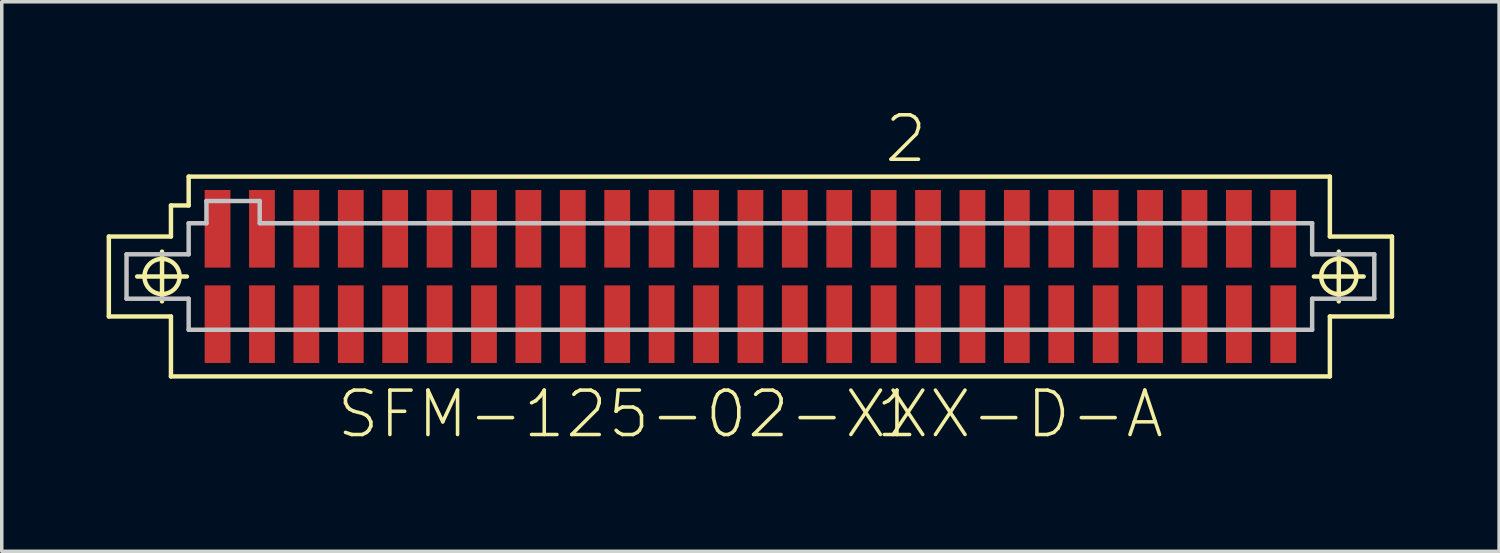
<source format=kicad_pcb>
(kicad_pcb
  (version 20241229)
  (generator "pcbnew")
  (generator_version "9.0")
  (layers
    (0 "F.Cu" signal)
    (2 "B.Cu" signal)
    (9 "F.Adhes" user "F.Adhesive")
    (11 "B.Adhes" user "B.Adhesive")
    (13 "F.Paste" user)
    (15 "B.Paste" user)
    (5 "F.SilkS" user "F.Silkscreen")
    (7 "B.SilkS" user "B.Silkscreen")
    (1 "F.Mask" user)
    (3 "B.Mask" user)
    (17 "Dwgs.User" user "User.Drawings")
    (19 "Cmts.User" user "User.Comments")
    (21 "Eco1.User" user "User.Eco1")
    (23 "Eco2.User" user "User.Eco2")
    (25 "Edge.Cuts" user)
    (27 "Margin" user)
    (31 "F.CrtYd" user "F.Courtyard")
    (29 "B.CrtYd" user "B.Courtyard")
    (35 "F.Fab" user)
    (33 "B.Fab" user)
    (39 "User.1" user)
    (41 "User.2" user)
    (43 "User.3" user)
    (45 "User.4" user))
  (footprint "SFM-125-02-XXX-D-A"
    (layer "F.Cu")
    (at 18.412 4.858)
    (property "Reference" "SFM-125-02-XXX-D-A" (at 0 3.937 0) (layer "F.SilkS") (effects (font (size 1.27 1.27) (thickness 0.102))))
    (attr smd)
    (fp_line (start -18.349 -1.143) (end -16.573 -1.143) (stroke (width 0.127) (type solid)) (layer "F.SilkS"))
    (fp_line (start -18.349 1.143) (end -18.349 -1.143) (stroke (width 0.127) (type solid)) (layer "F.SilkS"))
    (fp_line (start -17.539 0) (end -16.116 0) (stroke (width 0.127) (type solid)) (layer "F.SilkS"))
    (fp_line (start -16.828 0.711) (end -16.828 -0.711) (stroke (width 0.127) (type solid)) (layer "F.SilkS"))
    (fp_line (start -16.573 -2.032) (end -16.066 -2.032) (stroke (width 0.127) (type solid)) (layer "F.SilkS"))
    (fp_line (start -16.573 -1.143) (end -16.573 -2.032) (stroke (width 0.127) (type solid)) (layer "F.SilkS"))
    (fp_line (start -16.573 1.143) (end -18.349 1.143) (stroke (width 0.127) (type solid)) (layer "F.SilkS"))
    (fp_line (start -16.573 2.857) (end -16.573 1.143) (stroke (width 0.127) (type solid)) (layer "F.SilkS"))
    (fp_line (start -16.066 -2.857) (end 16.573 -2.857) (stroke (width 0.127) (type solid)) (layer "F.SilkS"))
    (fp_line (start -16.066 -2.032) (end -16.066 -2.857) (stroke (width 0.127) (type solid)) (layer "F.SilkS"))
    (fp_line (start 16.116 0) (end 17.539 0) (stroke (width 0.127) (type solid)) (layer "F.SilkS"))
    (fp_line (start 16.573 -2.857) (end 16.573 -1.143) (stroke (width 0.127) (type solid)) (layer "F.SilkS"))
    (fp_line (start 16.573 -1.143) (end 18.349 -1.143) (stroke (width 0.127) (type solid)) (layer "F.SilkS"))
    (fp_line (start 16.573 1.143) (end 16.573 2.857) (stroke (width 0.127) (type solid)) (layer "F.SilkS"))
    (fp_line (start 16.573 2.857) (end -16.573 2.857) (stroke (width 0.127) (type solid)) (layer "F.SilkS"))
    (fp_line (start 16.828 0.711) (end 16.828 -0.711) (stroke (width 0.127) (type solid)) (layer "F.SilkS"))
    (fp_line (start 18.349 -1.143) (end 18.349 1.143) (stroke (width 0.127) (type solid)) (layer "F.SilkS"))
    (fp_line (start 18.349 1.143) (end 16.573 1.143) (stroke (width 0.127) (type solid)) (layer "F.SilkS"))
    (fp_circle (center -16.828 0) (end -17.183 0.356) (stroke (width 0.127) (type solid)) (fill no) (layer "F.SilkS"))
    (fp_circle (center 16.828 0) (end 17.183 0.356) (stroke (width 0.127) (type solid)) (fill no) (layer "F.SilkS"))
    (fp_line (start -17.843 -0.635) (end -16.066 -0.635) (stroke (width 0.127) (type solid)) (layer "Dwgs.User"))
    (fp_line (start -17.843 0.635) (end -17.843 -0.635) (stroke (width 0.127) (type solid)) (layer "Dwgs.User"))
    (fp_line (start -16.066 -1.524) (end -15.557 -1.524) (stroke (width 0.127) (type solid)) (layer "Dwgs.User"))
    (fp_line (start -16.066 -0.635) (end -16.066 -1.524) (stroke (width 0.127) (type solid)) (layer "Dwgs.User"))
    (fp_line (start -16.066 0.635) (end -17.843 0.635) (stroke (width 0.127) (type solid)) (layer "Dwgs.User"))
    (fp_line (start -16.066 1.524) (end -16.066 0.635) (stroke (width 0.127) (type solid)) (layer "Dwgs.User"))
    (fp_line (start -15.557 -2.159) (end -14.034 -2.159) (stroke (width 0.127) (type solid)) (layer "Dwgs.User"))
    (fp_line (start -15.557 -1.524) (end -15.557 -2.159) (stroke (width 0.127) (type solid)) (layer "Dwgs.User"))
    (fp_line (start -14.034 -2.159) (end -14.034 -1.524) (stroke (width 0.127) (type solid)) (layer "Dwgs.User"))
    (fp_line (start -14.034 -1.524) (end 16.066 -1.524) (stroke (width 0.127) (type solid)) (layer "Dwgs.User"))
    (fp_line (start 16.066 -1.524) (end 16.066 -0.635) (stroke (width 0.127) (type solid)) (layer "Dwgs.User"))
    (fp_line (start 16.066 -0.635) (end 17.843 -0.635) (stroke (width 0.127) (type solid)) (layer "Dwgs.User"))
    (fp_line (start 16.066 0.635) (end 16.066 1.524) (stroke (width 0.127) (type solid)) (layer "Dwgs.User"))
    (fp_line (start 16.066 1.524) (end -16.066 1.524) (stroke (width 0.127) (type solid)) (layer "Dwgs.User"))
    (fp_line (start 17.843 -0.635) (end 17.843 0.635) (stroke (width 0.127) (type solid)) (layer "Dwgs.User"))
    (fp_line (start 17.843 0.635) (end 16.066 0.635) (stroke (width 0.127) (type solid)) (layer "Dwgs.User"))
    (fp_text user "2" (at 4.445 -3.937 0) (layer "F.SilkS") (effects (font (size 1.27 1.27) (thickness 0.102))))
    (fp_text user "1" (at 4.191 3.937 0) (layer "F.SilkS") (effects (font (size 1.27 1.27) (thickness 0.102))))
    (pad "1" smd rect (at 15.24 1.364) (size 0.737 2.22) (layers "F.Cu" "F.Mask" "F.Paste"))
    (pad "2" smd rect (at 15.24 -1.364) (size 0.737 2.22) (layers "F.Cu" "F.Mask" "F.Paste"))
    (pad "3" smd rect (at 13.97 1.364) (size 0.737 2.22) (layers "F.Cu" "F.Mask" "F.Paste"))
    (pad "4" smd rect (at 13.97 -1.364) (size 0.737 2.22) (layers "F.Cu" "F.Mask" "F.Paste"))
    (pad "5" smd rect (at 12.7 1.364) (size 0.737 2.22) (layers "F.Cu" "F.Mask" "F.Paste"))
    (pad "6" smd rect (at 12.7 -1.364) (size 0.737 2.22) (layers "F.Cu" "F.Mask" "F.Paste"))
    (pad "7" smd rect (at 11.43 1.364) (size 0.737 2.22) (layers "F.Cu" "F.Mask" "F.Paste"))
    (pad "8" smd rect (at 11.43 -1.364) (size 0.737 2.22) (layers "F.Cu" "F.Mask" "F.Paste"))
    (pad "9" smd rect (at 10.16 1.364) (size 0.737 2.22) (layers "F.Cu" "F.Mask" "F.Paste"))
    (pad "10" smd rect (at 10.16 -1.364) (size 0.737 2.22) (layers "F.Cu" "F.Mask" "F.Paste"))
    (pad "11" smd rect (at 8.89 1.364) (size 0.737 2.22) (layers "F.Cu" "F.Mask" "F.Paste"))
    (pad "12" smd rect (at 8.89 -1.364) (size 0.737 2.22) (layers "F.Cu" "F.Mask" "F.Paste"))
    (pad "13" smd rect (at 7.62 1.364) (size 0.737 2.22) (layers "F.Cu" "F.Mask" "F.Paste"))
    (pad "14" smd rect (at 7.62 -1.364) (size 0.737 2.22) (layers "F.Cu" "F.Mask" "F.Paste"))
    (pad "15" smd rect (at 6.35 1.364) (size 0.737 2.22) (layers "F.Cu" "F.Mask" "F.Paste"))
    (pad "16" smd rect (at 6.35 -1.364) (size 0.737 2.22) (layers "F.Cu" "F.Mask" "F.Paste"))
    (pad "17" smd rect (at 5.08 1.364) (size 0.737 2.22) (layers "F.Cu" "F.Mask" "F.Paste"))
    (pad "18" smd rect (at 5.08 -1.364) (size 0.737 2.22) (layers "F.Cu" "F.Mask" "F.Paste"))
    (pad "19" smd rect (at 3.81 1.364) (size 0.737 2.22) (layers "F.Cu" "F.Mask" "F.Paste"))
    (pad "20" smd rect (at 3.81 -1.364) (size 0.737 2.22) (layers "F.Cu" "F.Mask" "F.Paste"))
    (pad "21" smd rect (at 2.54 1.364) (size 0.737 2.22) (layers "F.Cu" "F.Mask" "F.Paste"))
    (pad "22" smd rect (at 2.54 -1.364) (size 0.737 2.22) (layers "F.Cu" "F.Mask" "F.Paste"))
    (pad "23" smd rect (at 1.27 1.364) (size 0.737 2.22) (layers "F.Cu" "F.Mask" "F.Paste"))
    (pad "24" smd rect (at 1.27 -1.364) (size 0.737 2.22) (layers "F.Cu" "F.Mask" "F.Paste"))
    (pad "25" smd rect (at 0 1.364) (size 0.737 2.22) (layers "F.Cu" "F.Mask" "F.Paste"))
    (pad "26" smd rect (at 0 -1.364) (size 0.737 2.22) (layers "F.Cu" "F.Mask" "F.Paste"))
    (pad "27" smd rect (at -1.27 1.364) (size 0.737 2.22) (layers "F.Cu" "F.Mask" "F.Paste"))
    (pad "28" smd rect (at -1.27 -1.364) (size 0.737 2.22) (layers "F.Cu" "F.Mask" "F.Paste"))
    (pad "29" smd rect (at -2.54 1.364) (size 0.737 2.22) (layers "F.Cu" "F.Mask" "F.Paste"))
    (pad "30" smd rect (at -2.54 -1.364) (size 0.737 2.22) (layers "F.Cu" "F.Mask" "F.Paste"))
    (pad "31" smd rect (at -3.81 1.364) (size 0.737 2.22) (layers "F.Cu" "F.Mask" "F.Paste"))
    (pad "32" smd rect (at -3.81 -1.364) (size 0.737 2.22) (layers "F.Cu" "F.Mask" "F.Paste"))
    (pad "33" smd rect (at -5.08 1.364) (size 0.737 2.22) (layers "F.Cu" "F.Mask" "F.Paste"))
    (pad "34" smd rect (at -5.08 -1.364) (size 0.737 2.22) (layers "F.Cu" "F.Mask" "F.Paste"))
    (pad "35" smd rect (at -6.35 1.364) (size 0.737 2.22) (layers "F.Cu" "F.Mask" "F.Paste"))
    (pad "36" smd rect (at -6.35 -1.364) (size 0.737 2.22) (layers "F.Cu" "F.Mask" "F.Paste"))
    (pad "37" smd rect (at -7.62 1.364) (size 0.737 2.22) (layers "F.Cu" "F.Mask" "F.Paste"))
    (pad "38" smd rect (at -7.62 -1.364) (size 0.737 2.22) (layers "F.Cu" "F.Mask" "F.Paste"))
    (pad "39" smd rect (at -8.89 1.364) (size 0.737 2.22) (layers "F.Cu" "F.Mask" "F.Paste"))
    (pad "40" smd rect (at -8.89 -1.364) (size 0.737 2.22) (layers "F.Cu" "F.Mask" "F.Paste"))
    (pad "41" smd rect (at -10.16 1.364) (size 0.737 2.22) (layers "F.Cu" "F.Mask" "F.Paste"))
    (pad "42" smd rect (at -10.16 -1.364) (size 0.737 2.22) (layers "F.Cu" "F.Mask" "F.Paste"))
    (pad "43" smd rect (at -11.43 1.364) (size 0.737 2.22) (layers "F.Cu" "F.Mask" "F.Paste"))
    (pad "44" smd rect (at -11.43 -1.364) (size 0.737 2.22) (layers "F.Cu" "F.Mask" "F.Paste"))
    (pad "45" smd rect (at -12.7 1.364) (size 0.737 2.22) (layers "F.Cu" "F.Mask" "F.Paste"))
    (pad "46" smd rect (at -12.7 -1.364) (size 0.737 2.22) (layers "F.Cu" "F.Mask" "F.Paste"))
    (pad "47" smd rect (at -13.97 1.364) (size 0.737 2.22) (layers "F.Cu" "F.Mask" "F.Paste"))
    (pad "48" smd rect (at -13.97 -1.364) (size 0.737 2.22) (layers "F.Cu" "F.Mask" "F.Paste"))
    (pad "49" smd rect (at -15.24 1.364) (size 0.737 2.22) (layers "F.Cu" "F.Mask" "F.Paste"))
    (pad "50" smd rect (at -15.24 -1.364) (size 0.737 2.22) (layers "F.Cu" "F.Mask" "F.Paste")))
  (gr_rect
    (start -3 -3)
    (end 39.825 12.717)
    (stroke (width 0.1) (type default))
    (fill no)
    (layer "Edge.Cuts")))
</source>
